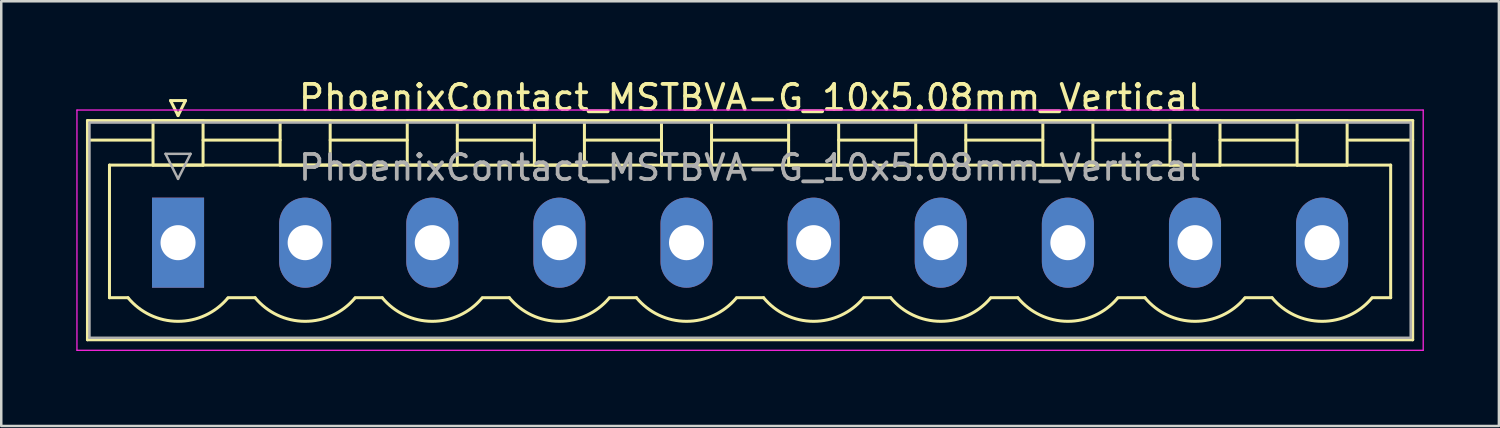
<source format=kicad_pcb>
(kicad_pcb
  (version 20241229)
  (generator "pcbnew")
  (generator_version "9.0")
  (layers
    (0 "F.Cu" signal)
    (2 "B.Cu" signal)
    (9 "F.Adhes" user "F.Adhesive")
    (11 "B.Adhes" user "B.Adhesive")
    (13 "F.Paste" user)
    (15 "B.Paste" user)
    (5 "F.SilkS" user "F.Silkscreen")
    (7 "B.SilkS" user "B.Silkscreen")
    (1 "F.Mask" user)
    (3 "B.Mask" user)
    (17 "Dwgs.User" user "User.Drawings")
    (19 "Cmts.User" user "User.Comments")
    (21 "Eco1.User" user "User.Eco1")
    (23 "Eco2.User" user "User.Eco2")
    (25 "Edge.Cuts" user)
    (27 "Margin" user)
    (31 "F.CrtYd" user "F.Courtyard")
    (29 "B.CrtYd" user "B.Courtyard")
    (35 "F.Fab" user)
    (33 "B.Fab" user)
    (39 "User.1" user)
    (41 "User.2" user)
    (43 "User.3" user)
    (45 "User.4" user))
  (footprint "PhoenixContact_MSTBVA-G_10x5.08mm_Vertical"
    (layer "F.Cu")
    (at 4.065 6.648)
    (property "Reference" "PhoenixContact_MSTBVA-G_10x5.08mm_Vertical" (at 22.86 -5.8 0) (layer "F.SilkS") (effects (font (size 1 1) (thickness 0.15))))
    (attr through_hole)
    (fp_line (start -3.62 -4.88) (end -3.62 3.88) (stroke (width 0.12) (type solid)) (layer "F.SilkS"))
    (fp_line (start -3.62 -4.1) (end -1.08 -4.1) (stroke (width 0.12) (type solid)) (layer "F.SilkS"))
    (fp_line (start -3.62 3.88) (end 49.34 3.88) (stroke (width 0.12) (type solid)) (layer "F.SilkS"))
    (fp_line (start -2.74 -3.1) (end 48.46 -3.1) (stroke (width 0.12) (type solid)) (layer "F.SilkS"))
    (fp_line (start -2.74 2.2) (end -2.74 -3.1) (stroke (width 0.12) (type solid)) (layer "F.SilkS"))
    (fp_line (start -2 2.2) (end -2.74 2.2) (stroke (width 0.12) (type solid)) (layer "F.SilkS"))
    (fp_line (start -1 -4.88) (end 1 -4.88) (stroke (width 0.12) (type solid)) (layer "F.SilkS"))
    (fp_line (start -1 -3.1) (end -1 -4.88) (stroke (width 0.12) (type solid)) (layer "F.SilkS"))
    (fp_line (start -0.3 -5.68) (end 0.3 -5.68) (stroke (width 0.12) (type solid)) (layer "F.SilkS"))
    (fp_line (start 0 -5.08) (end -0.3 -5.68) (stroke (width 0.12) (type solid)) (layer "F.SilkS"))
    (fp_line (start 0.3 -5.68) (end 0 -5.08) (stroke (width 0.12) (type solid)) (layer "F.SilkS"))
    (fp_line (start 1 -4.88) (end 1 -3.1) (stroke (width 0.12) (type solid)) (layer "F.SilkS"))
    (fp_line (start 1 -4.1) (end 4.08 -4.1) (stroke (width 0.12) (type solid)) (layer "F.SilkS"))
    (fp_line (start 1 -3.1) (end -1 -3.1) (stroke (width 0.12) (type solid)) (layer "F.SilkS"))
    (fp_line (start 2 2.2) (end 3.08 2.2) (stroke (width 0.12) (type solid)) (layer "F.SilkS"))
    (fp_line (start 4.08 -4.88) (end 6.08 -4.88) (stroke (width 0.12) (type solid)) (layer "F.SilkS"))
    (fp_line (start 4.08 -3.1) (end 4.08 -4.88) (stroke (width 0.12) (type solid)) (layer "F.SilkS"))
    (fp_line (start 6.08 -4.88) (end 6.08 -3.1) (stroke (width 0.12) (type solid)) (layer "F.SilkS"))
    (fp_line (start 6.08 -4.1) (end 9.16 -4.1) (stroke (width 0.12) (type solid)) (layer "F.SilkS"))
    (fp_line (start 6.08 -3.1) (end 4.08 -3.1) (stroke (width 0.12) (type solid)) (layer "F.SilkS"))
    (fp_line (start 7.08 2.2) (end 8.16 2.2) (stroke (width 0.12) (type solid)) (layer "F.SilkS"))
    (fp_line (start 9.16 -4.88) (end 11.16 -4.88) (stroke (width 0.12) (type solid)) (layer "F.SilkS"))
    (fp_line (start 9.16 -3.1) (end 9.16 -4.88) (stroke (width 0.12) (type solid)) (layer "F.SilkS"))
    (fp_line (start 11.16 -4.88) (end 11.16 -3.1) (stroke (width 0.12) (type solid)) (layer "F.SilkS"))
    (fp_line (start 11.16 -4.1) (end 14.24 -4.1) (stroke (width 0.12) (type solid)) (layer "F.SilkS"))
    (fp_line (start 11.16 -3.1) (end 9.16 -3.1) (stroke (width 0.12) (type solid)) (layer "F.SilkS"))
    (fp_line (start 12.16 2.2) (end 13.24 2.2) (stroke (width 0.12) (type solid)) (layer "F.SilkS"))
    (fp_line (start 14.24 -4.88) (end 16.24 -4.88) (stroke (width 0.12) (type solid)) (layer "F.SilkS"))
    (fp_line (start 14.24 -3.1) (end 14.24 -4.88) (stroke (width 0.12) (type solid)) (layer "F.SilkS"))
    (fp_line (start 16.24 -4.88) (end 16.24 -3.1) (stroke (width 0.12) (type solid)) (layer "F.SilkS"))
    (fp_line (start 16.24 -4.1) (end 19.32 -4.1) (stroke (width 0.12) (type solid)) (layer "F.SilkS"))
    (fp_line (start 16.24 -3.1) (end 14.24 -3.1) (stroke (width 0.12) (type solid)) (layer "F.SilkS"))
    (fp_line (start 17.24 2.2) (end 18.32 2.2) (stroke (width 0.12) (type solid)) (layer "F.SilkS"))
    (fp_line (start 19.32 -4.88) (end 21.32 -4.88) (stroke (width 0.12) (type solid)) (layer "F.SilkS"))
    (fp_line (start 19.32 -3.1) (end 19.32 -4.88) (stroke (width 0.12) (type solid)) (layer "F.SilkS"))
    (fp_line (start 21.32 -4.88) (end 21.32 -3.1) (stroke (width 0.12) (type solid)) (layer "F.SilkS"))
    (fp_line (start 21.32 -4.1) (end 24.4 -4.1) (stroke (width 0.12) (type solid)) (layer "F.SilkS"))
    (fp_line (start 21.32 -3.1) (end 19.32 -3.1) (stroke (width 0.12) (type solid)) (layer "F.SilkS"))
    (fp_line (start 22.32 2.2) (end 23.4 2.2) (stroke (width 0.12) (type solid)) (layer "F.SilkS"))
    (fp_line (start 24.4 -4.88) (end 26.4 -4.88) (stroke (width 0.12) (type solid)) (layer "F.SilkS"))
    (fp_line (start 24.4 -3.1) (end 24.4 -4.88) (stroke (width 0.12) (type solid)) (layer "F.SilkS"))
    (fp_line (start 26.4 -4.88) (end 26.4 -3.1) (stroke (width 0.12) (type solid)) (layer "F.SilkS"))
    (fp_line (start 26.4 -4.1) (end 29.48 -4.1) (stroke (width 0.12) (type solid)) (layer "F.SilkS"))
    (fp_line (start 26.4 -3.1) (end 24.4 -3.1) (stroke (width 0.12) (type solid)) (layer "F.SilkS"))
    (fp_line (start 27.4 2.2) (end 28.48 2.2) (stroke (width 0.12) (type solid)) (layer "F.SilkS"))
    (fp_line (start 29.48 -4.88) (end 31.48 -4.88) (stroke (width 0.12) (type solid)) (layer "F.SilkS"))
    (fp_line (start 29.48 -3.1) (end 29.48 -4.88) (stroke (width 0.12) (type solid)) (layer "F.SilkS"))
    (fp_line (start 31.48 -4.88) (end 31.48 -3.1) (stroke (width 0.12) (type solid)) (layer "F.SilkS"))
    (fp_line (start 31.48 -4.1) (end 34.56 -4.1) (stroke (width 0.12) (type solid)) (layer "F.SilkS"))
    (fp_line (start 31.48 -3.1) (end 29.48 -3.1) (stroke (width 0.12) (type solid)) (layer "F.SilkS"))
    (fp_line (start 32.48 2.2) (end 33.56 2.2) (stroke (width 0.12) (type solid)) (layer "F.SilkS"))
    (fp_line (start 34.56 -4.88) (end 36.56 -4.88) (stroke (width 0.12) (type solid)) (layer "F.SilkS"))
    (fp_line (start 34.56 -3.1) (end 34.56 -4.88) (stroke (width 0.12) (type solid)) (layer "F.SilkS"))
    (fp_line (start 36.56 -4.88) (end 36.56 -3.1) (stroke (width 0.12) (type solid)) (layer "F.SilkS"))
    (fp_line (start 36.56 -4.1) (end 39.64 -4.1) (stroke (width 0.12) (type solid)) (layer "F.SilkS"))
    (fp_line (start 36.56 -3.1) (end 34.56 -3.1) (stroke (width 0.12) (type solid)) (layer "F.SilkS"))
    (fp_line (start 37.56 2.2) (end 38.64 2.2) (stroke (width 0.12) (type solid)) (layer "F.SilkS"))
    (fp_line (start 39.64 -4.88) (end 41.64 -4.88) (stroke (width 0.12) (type solid)) (layer "F.SilkS"))
    (fp_line (start 39.64 -3.1) (end 39.64 -4.88) (stroke (width 0.12) (type solid)) (layer "F.SilkS"))
    (fp_line (start 41.64 -4.88) (end 41.64 -3.1) (stroke (width 0.12) (type solid)) (layer "F.SilkS"))
    (fp_line (start 41.64 -4.1) (end 44.72 -4.1) (stroke (width 0.12) (type solid)) (layer "F.SilkS"))
    (fp_line (start 41.64 -3.1) (end 39.64 -3.1) (stroke (width 0.12) (type solid)) (layer "F.SilkS"))
    (fp_line (start 42.64 2.2) (end 43.72 2.2) (stroke (width 0.12) (type solid)) (layer "F.SilkS"))
    (fp_line (start 44.72 -4.88) (end 46.72 -4.88) (stroke (width 0.12) (type solid)) (layer "F.SilkS"))
    (fp_line (start 44.72 -3.1) (end 44.72 -4.88) (stroke (width 0.12) (type solid)) (layer "F.SilkS"))
    (fp_line (start 46.72 -4.88) (end 46.72 -3.1) (stroke (width 0.12) (type solid)) (layer "F.SilkS"))
    (fp_line (start 46.72 -3.1) (end 44.72 -3.1) (stroke (width 0.12) (type solid)) (layer "F.SilkS"))
    (fp_line (start 48.46 -3.1) (end 48.46 2.2) (stroke (width 0.12) (type solid)) (layer "F.SilkS"))
    (fp_line (start 48.46 2.2) (end 47.72 2.2) (stroke (width 0.12) (type solid)) (layer "F.SilkS"))
    (fp_line (start 49.34 -4.88) (end -3.62 -4.88) (stroke (width 0.12) (type solid)) (layer "F.SilkS"))
    (fp_line (start 49.34 -4.1) (end 46.8 -4.1) (stroke (width 0.12) (type solid)) (layer "F.SilkS"))
    (fp_line (start 49.34 3.88) (end 49.34 -4.88) (stroke (width 0.12) (type solid)) (layer "F.SilkS"))
    (fp_arc (start 1.986842 2.215821) (mid -0.010289 3.142758) (end -2 2.2) (stroke (width 0.12) (type solid)) (layer "F.SilkS"))
    (fp_arc (start 7.066842 2.215821) (mid 5.069711 3.142758) (end 3.08 2.2) (stroke (width 0.12) (type solid)) (layer "F.SilkS"))
    (fp_arc (start 12.146842 2.215821) (mid 10.149711 3.142758) (end 8.16 2.2) (stroke (width 0.12) (type solid)) (layer "F.SilkS"))
    (fp_arc (start 17.226842 2.215821) (mid 15.229711 3.142758) (end 13.24 2.2) (stroke (width 0.12) (type solid)) (layer "F.SilkS"))
    (fp_arc (start 22.306842 2.215821) (mid 20.309711 3.142758) (end 18.32 2.2) (stroke (width 0.12) (type solid)) (layer "F.SilkS"))
    (fp_arc (start 27.386842 2.215821) (mid 25.389711 3.142758) (end 23.4 2.2) (stroke (width 0.12) (type solid)) (layer "F.SilkS"))
    (fp_arc (start 32.466842 2.215821) (mid 30.469711 3.142758) (end 28.48 2.2) (stroke (width 0.12) (type solid)) (layer "F.SilkS"))
    (fp_arc (start 37.546842 2.215821) (mid 35.549711 3.142758) (end 33.56 2.2) (stroke (width 0.12) (type solid)) (layer "F.SilkS"))
    (fp_arc (start 42.626842 2.215821) (mid 40.629711 3.142758) (end 38.64 2.2) (stroke (width 0.12) (type solid)) (layer "F.SilkS"))
    (fp_arc (start 47.706842 2.215821) (mid 45.709711 3.142758) (end 43.72 2.2) (stroke (width 0.12) (type solid)) (layer "F.SilkS"))
    (fp_line (start -4.04 -5.3) (end -4.04 4.3) (stroke (width 0.05) (type solid)) (layer "F.CrtYd"))
    (fp_line (start -4.04 4.3) (end 49.76 4.3) (stroke (width 0.05) (type solid)) (layer "F.CrtYd"))
    (fp_line (start 49.76 -5.3) (end -4.04 -5.3) (stroke (width 0.05) (type solid)) (layer "F.CrtYd"))
    (fp_line (start 49.76 4.3) (end 49.76 -5.3) (stroke (width 0.05) (type solid)) (layer "F.CrtYd"))
    (fp_line (start -3.54 -4.8) (end -3.54 3.8) (stroke (width 0.1) (type solid)) (layer "F.Fab"))
    (fp_line (start -3.54 3.8) (end 49.26 3.8) (stroke (width 0.1) (type solid)) (layer "F.Fab"))
    (fp_line (start -0.5 -3.55) (end 0.5 -3.55) (stroke (width 0.1) (type solid)) (layer "F.Fab"))
    (fp_line (start 0 -2.55) (end -0.5 -3.55) (stroke (width 0.1) (type solid)) (layer "F.Fab"))
    (fp_line (start 0.5 -3.55) (end 0 -2.55) (stroke (width 0.1) (type solid)) (layer "F.Fab"))
    (fp_line (start 49.26 -4.8) (end -3.54 -4.8) (stroke (width 0.1) (type solid)) (layer "F.Fab"))
    (fp_line (start 49.26 3.8) (end 49.26 -4.8) (stroke (width 0.1) (type solid)) (layer "F.Fab"))
    (fp_text user "${REFERENCE}" (at 22.86 -3 0) (layer "F.Fab") (effects (font (size 1 1) (thickness 0.15))))
    (pad "1" thru_hole rect (at 0 0) (size 2.08 3.6) (drill 1.4) (layers "*.Cu" "*.Mask"))
    (pad "2" thru_hole oval (at 5.08 0) (size 2.08 3.6) (drill 1.4) (layers "*.Cu" "*.Mask"))
    (pad "3" thru_hole oval (at 10.16 0) (size 2.08 3.6) (drill 1.4) (layers "*.Cu" "*.Mask"))
    (pad "4" thru_hole oval (at 15.24 0) (size 2.08 3.6) (drill 1.4) (layers "*.Cu" "*.Mask"))
    (pad "5" thru_hole oval (at 20.32 0) (size 2.08 3.6) (drill 1.4) (layers "*.Cu" "*.Mask"))
    (pad "6" thru_hole oval (at 25.4 0) (size 2.08 3.6) (drill 1.4) (layers "*.Cu" "*.Mask"))
    (pad "7" thru_hole oval (at 30.48 0) (size 2.08 3.6) (drill 1.4) (layers "*.Cu" "*.Mask"))
    (pad "8" thru_hole oval (at 35.56 0) (size 2.08 3.6) (drill 1.4) (layers "*.Cu" "*.Mask"))
    (pad "9" thru_hole oval (at 40.64 0) (size 2.08 3.6) (drill 1.4) (layers "*.Cu" "*.Mask"))
    (pad "10" thru_hole oval (at 45.72 0) (size 2.08 3.6) (drill 1.4) (layers "*.Cu" "*.Mask")))
  (gr_rect
    (start -3 -3)
    (end 56.85 13.973)
    (stroke (width 0.1) (type default))
    (fill no)
    (layer "Edge.Cuts")))
</source>
